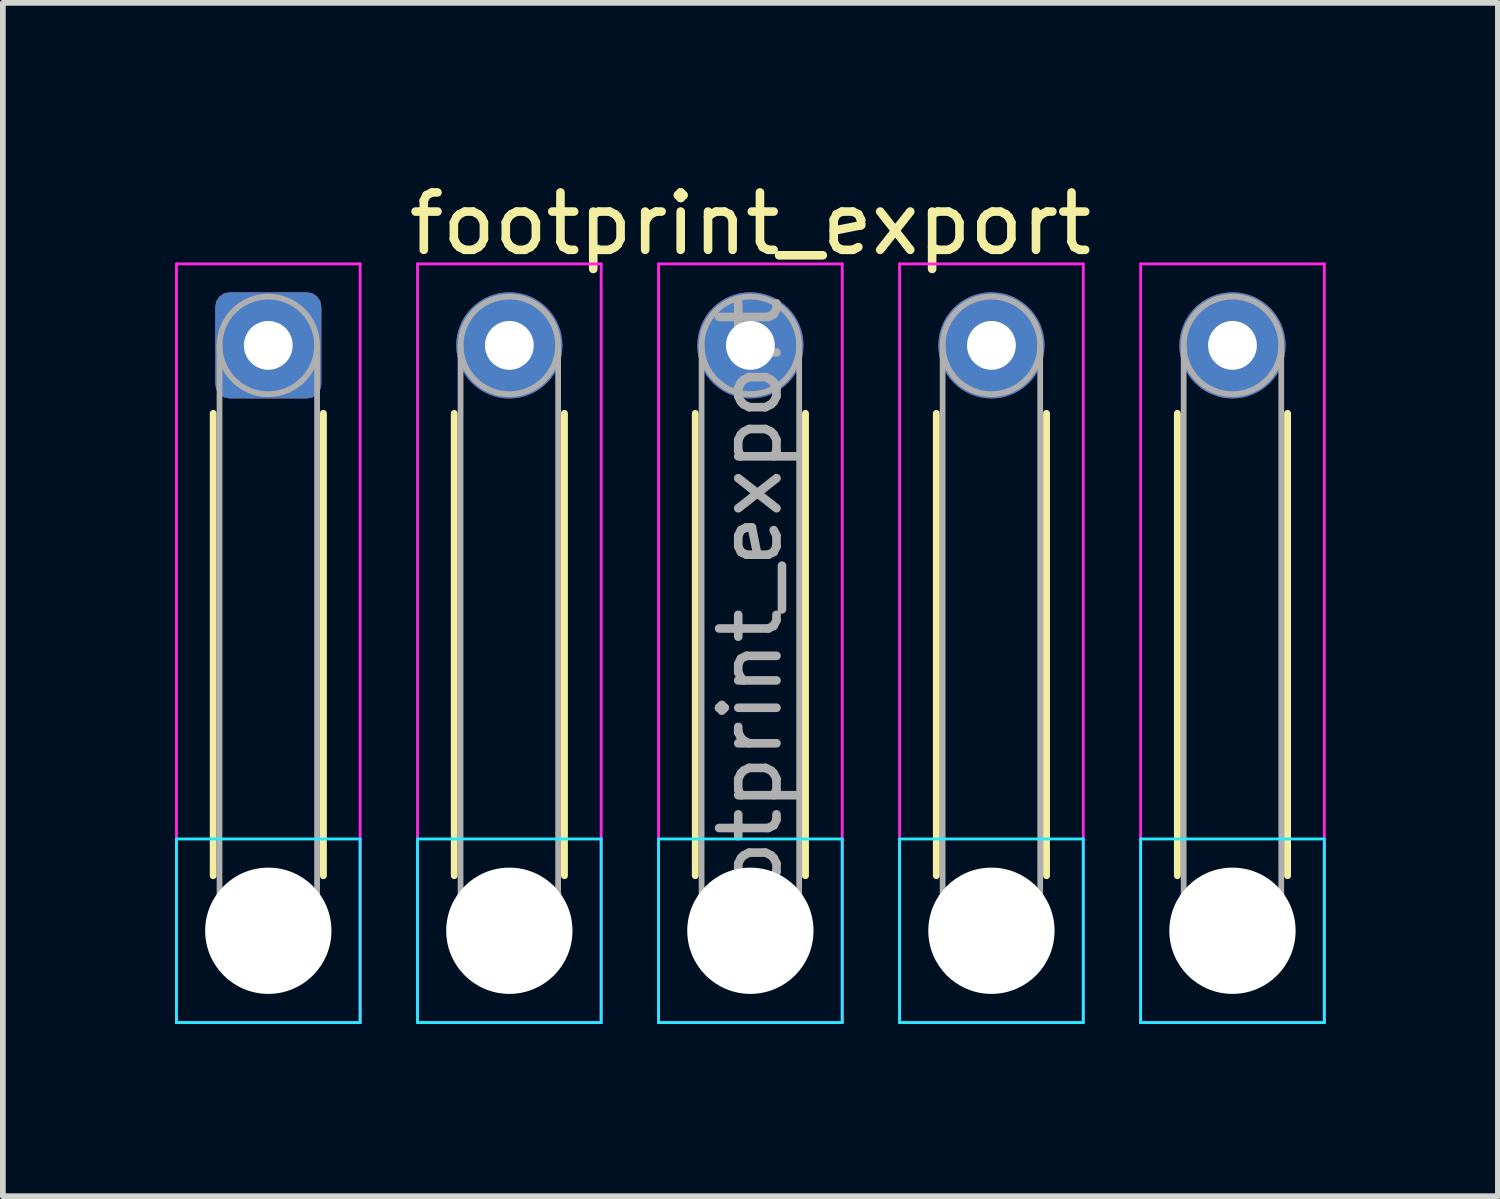
<source format=kicad_pcb>
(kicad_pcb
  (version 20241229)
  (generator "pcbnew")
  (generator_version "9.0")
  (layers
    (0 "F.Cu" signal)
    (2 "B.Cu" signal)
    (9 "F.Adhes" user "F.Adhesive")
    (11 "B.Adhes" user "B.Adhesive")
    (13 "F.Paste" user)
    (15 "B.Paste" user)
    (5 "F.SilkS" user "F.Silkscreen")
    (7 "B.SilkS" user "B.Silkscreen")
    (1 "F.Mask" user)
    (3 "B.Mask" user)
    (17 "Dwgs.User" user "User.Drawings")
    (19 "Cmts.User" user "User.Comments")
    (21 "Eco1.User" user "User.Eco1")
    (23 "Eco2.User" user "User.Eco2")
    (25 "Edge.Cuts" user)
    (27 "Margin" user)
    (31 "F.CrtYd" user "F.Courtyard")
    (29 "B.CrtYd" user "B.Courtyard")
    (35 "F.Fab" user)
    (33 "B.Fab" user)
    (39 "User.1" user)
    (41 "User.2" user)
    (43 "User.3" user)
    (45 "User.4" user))
  (footprint "footprint_export"
    (layer "F.Cu")
    (at 1.625 2.968)
    (property "Reference" "footprint_export" (at 8.4 -2.12 0) (layer "F.SilkS") (effects (font (size 1 1) (thickness 0.15))))
    (attr exclude_from_pos_files exclude_from_bom)
    (fp_line (start -0.96 1.185) (end -0.96 9.24) (stroke (width 0.12) (type solid)) (layer "F.SilkS"))
    (fp_line (start 0.96 1.185) (end 0.96 9.24) (stroke (width 0.12) (type solid)) (layer "F.SilkS"))
    (fp_line (start 3.24 1.185) (end 3.24 9.24) (stroke (width 0.12) (type solid)) (layer "F.SilkS"))
    (fp_line (start 5.16 1.185) (end 5.16 9.24) (stroke (width 0.12) (type solid)) (layer "F.SilkS"))
    (fp_line (start 7.44 1.185) (end 7.44 9.24) (stroke (width 0.12) (type solid)) (layer "F.SilkS"))
    (fp_line (start 9.36 1.185) (end 9.36 9.24) (stroke (width 0.12) (type solid)) (layer "F.SilkS"))
    (fp_line (start 11.64 1.185) (end 11.64 9.24) (stroke (width 0.12) (type solid)) (layer "F.SilkS"))
    (fp_line (start 13.56 1.185) (end 13.56 9.24) (stroke (width 0.12) (type solid)) (layer "F.SilkS"))
    (fp_line (start 15.84 1.185) (end 15.84 9.24) (stroke (width 0.12) (type solid)) (layer "F.SilkS"))
    (fp_line (start 17.76 1.185) (end 17.76 9.24) (stroke (width 0.12) (type solid)) (layer "F.SilkS"))
    (fp_line (start -1.6 8.6) (end -1.6 11.8) (stroke (width 0.05) (type solid)) (layer "B.CrtYd"))
    (fp_line (start -1.6 11.8) (end 1.6 11.8) (stroke (width 0.05) (type solid)) (layer "B.CrtYd"))
    (fp_line (start 1.6 8.6) (end -1.6 8.6) (stroke (width 0.05) (type solid)) (layer "B.CrtYd"))
    (fp_line (start 1.6 11.8) (end 1.6 8.6) (stroke (width 0.05) (type solid)) (layer "B.CrtYd"))
    (fp_line (start 2.6 8.6) (end 2.6 11.8) (stroke (width 0.05) (type solid)) (layer "B.CrtYd"))
    (fp_line (start 2.6 11.8) (end 5.8 11.8) (stroke (width 0.05) (type solid)) (layer "B.CrtYd"))
    (fp_line (start 5.8 8.6) (end 2.6 8.6) (stroke (width 0.05) (type solid)) (layer "B.CrtYd"))
    (fp_line (start 5.8 11.8) (end 5.8 8.6) (stroke (width 0.05) (type solid)) (layer "B.CrtYd"))
    (fp_line (start 6.8 8.6) (end 6.8 11.8) (stroke (width 0.05) (type solid)) (layer "B.CrtYd"))
    (fp_line (start 6.8 11.8) (end 10 11.8) (stroke (width 0.05) (type solid)) (layer "B.CrtYd"))
    (fp_line (start 10 8.6) (end 6.8 8.6) (stroke (width 0.05) (type solid)) (layer "B.CrtYd"))
    (fp_line (start 10 11.8) (end 10 8.6) (stroke (width 0.05) (type solid)) (layer "B.CrtYd"))
    (fp_line (start 11 8.6) (end 11 11.8) (stroke (width 0.05) (type solid)) (layer "B.CrtYd"))
    (fp_line (start 11 11.8) (end 14.2 11.8) (stroke (width 0.05) (type solid)) (layer "B.CrtYd"))
    (fp_line (start 14.2 8.6) (end 11 8.6) (stroke (width 0.05) (type solid)) (layer "B.CrtYd"))
    (fp_line (start 14.2 11.8) (end 14.2 8.6) (stroke (width 0.05) (type solid)) (layer "B.CrtYd"))
    (fp_line (start 15.2 8.6) (end 15.2 11.8) (stroke (width 0.05) (type solid)) (layer "B.CrtYd"))
    (fp_line (start 15.2 11.8) (end 18.4 11.8) (stroke (width 0.05) (type solid)) (layer "B.CrtYd"))
    (fp_line (start 18.4 8.6) (end 15.2 8.6) (stroke (width 0.05) (type solid)) (layer "B.CrtYd"))
    (fp_line (start 18.4 11.8) (end 18.4 8.6) (stroke (width 0.05) (type solid)) (layer "B.CrtYd"))
    (fp_line (start -1.6 -1.42) (end -1.6 11.8) (stroke (width 0.05) (type solid)) (layer "F.CrtYd"))
    (fp_line (start -1.6 11.8) (end 1.6 11.8) (stroke (width 0.05) (type solid)) (layer "F.CrtYd"))
    (fp_line (start 1.6 -1.42) (end -1.6 -1.42) (stroke (width 0.05) (type solid)) (layer "F.CrtYd"))
    (fp_line (start 1.6 11.8) (end 1.6 -1.42) (stroke (width 0.05) (type solid)) (layer "F.CrtYd"))
    (fp_line (start 2.6 -1.42) (end 2.6 11.8) (stroke (width 0.05) (type solid)) (layer "F.CrtYd"))
    (fp_line (start 2.6 11.8) (end 5.8 11.8) (stroke (width 0.05) (type solid)) (layer "F.CrtYd"))
    (fp_line (start 5.8 -1.42) (end 2.6 -1.42) (stroke (width 0.05) (type solid)) (layer "F.CrtYd"))
    (fp_line (start 5.8 11.8) (end 5.8 -1.42) (stroke (width 0.05) (type solid)) (layer "F.CrtYd"))
    (fp_line (start 6.8 -1.42) (end 6.8 11.8) (stroke (width 0.05) (type solid)) (layer "F.CrtYd"))
    (fp_line (start 6.8 11.8) (end 10 11.8) (stroke (width 0.05) (type solid)) (layer "F.CrtYd"))
    (fp_line (start 10 -1.42) (end 6.8 -1.42) (stroke (width 0.05) (type solid)) (layer "F.CrtYd"))
    (fp_line (start 10 11.8) (end 10 -1.42) (stroke (width 0.05) (type solid)) (layer "F.CrtYd"))
    (fp_line (start 11 -1.42) (end 11 11.8) (stroke (width 0.05) (type solid)) (layer "F.CrtYd"))
    (fp_line (start 11 11.8) (end 14.2 11.8) (stroke (width 0.05) (type solid)) (layer "F.CrtYd"))
    (fp_line (start 14.2 -1.42) (end 11 -1.42) (stroke (width 0.05) (type solid)) (layer "F.CrtYd"))
    (fp_line (start 14.2 11.8) (end 14.2 -1.42) (stroke (width 0.05) (type solid)) (layer "F.CrtYd"))
    (fp_line (start 15.2 -1.42) (end 15.2 11.8) (stroke (width 0.05) (type solid)) (layer "F.CrtYd"))
    (fp_line (start 15.2 11.8) (end 18.4 11.8) (stroke (width 0.05) (type solid)) (layer "F.CrtYd"))
    (fp_line (start 18.4 -1.42) (end 15.2 -1.42) (stroke (width 0.05) (type solid)) (layer "F.CrtYd"))
    (fp_line (start 18.4 11.8) (end 18.4 -1.42) (stroke (width 0.05) (type solid)) (layer "F.CrtYd"))
    (fp_line (start -0.85 0) (end -0.85 10.2) (stroke (width 0.1) (type solid)) (layer "F.Fab"))
    (fp_line (start 0.85 0) (end 0.85 10.2) (stroke (width 0.1) (type solid)) (layer "F.Fab"))
    (fp_line (start 3.35 0) (end 3.35 10.2) (stroke (width 0.1) (type solid)) (layer "F.Fab"))
    (fp_line (start 5.05 0) (end 5.05 10.2) (stroke (width 0.1) (type solid)) (layer "F.Fab"))
    (fp_line (start 7.55 0) (end 7.55 10.2) (stroke (width 0.1) (type solid)) (layer "F.Fab"))
    (fp_line (start 9.25 0) (end 9.25 10.2) (stroke (width 0.1) (type solid)) (layer "F.Fab"))
    (fp_line (start 11.75 0) (end 11.75 10.2) (stroke (width 0.1) (type solid)) (layer "F.Fab"))
    (fp_line (start 13.45 0) (end 13.45 10.2) (stroke (width 0.1) (type solid)) (layer "F.Fab"))
    (fp_line (start 15.95 0) (end 15.95 10.2) (stroke (width 0.1) (type solid)) (layer "F.Fab"))
    (fp_line (start 17.65 0) (end 17.65 10.2) (stroke (width 0.1) (type solid)) (layer "F.Fab"))
    (fp_circle (center 0 0) (end 0.85 0) (stroke (width 0.1) (type solid)) (fill no) (layer "F.Fab"))
    (fp_circle (center 0 10.2) (end 0.85 10.2) (stroke (width 0.1) (type solid)) (fill no) (layer "F.Fab"))
    (fp_circle (center 4.2 0) (end 5.05 0) (stroke (width 0.1) (type solid)) (fill no) (layer "F.Fab"))
    (fp_circle (center 4.2 10.2) (end 5.05 10.2) (stroke (width 0.1) (type solid)) (fill no) (layer "F.Fab"))
    (fp_circle (center 8.4 0) (end 9.25 0) (stroke (width 0.1) (type solid)) (fill no) (layer "F.Fab"))
    (fp_circle (center 8.4 10.2) (end 9.25 10.2) (stroke (width 0.1) (type solid)) (fill no) (layer "F.Fab"))
    (fp_circle (center 12.6 0) (end 13.45 0) (stroke (width 0.1) (type solid)) (fill no) (layer "F.Fab"))
    (fp_circle (center 12.6 10.2) (end 13.45 10.2) (stroke (width 0.1) (type solid)) (fill no) (layer "F.Fab"))
    (fp_circle (center 16.8 0) (end 17.65 0) (stroke (width 0.1) (type solid)) (fill no) (layer "F.Fab"))
    (fp_circle (center 16.8 10.2) (end 17.65 10.2) (stroke (width 0.1) (type solid)) (fill no) (layer "F.Fab"))
    (fp_text user "${REFERENCE}" (at 8.4 5.1 90) (layer "F.Fab") (effects (font (size 1 1) (thickness 0.15))))
    (pad "" np_thru_hole circle (at 0 10.2) (size 2.2 2.2) (drill 2.2) (layers "*.Cu" "*.Mask"))
    (pad "" np_thru_hole circle (at 4.2 10.2) (size 2.2 2.2) (drill 2.2) (layers "*.Cu" "*.Mask"))
    (pad "" np_thru_hole circle (at 8.4 10.2) (size 2.2 2.2) (drill 2.2) (layers "*.Cu" "*.Mask"))
    (pad "" np_thru_hole circle (at 12.6 10.2) (size 2.2 2.2) (drill 2.2) (layers "*.Cu" "*.Mask"))
    (pad "" np_thru_hole circle (at 16.8 10.2) (size 2.2 2.2) (drill 2.2) (layers "*.Cu" "*.Mask"))
    (pad "1" thru_hole roundrect (at 0 0) (size 1.85 1.85) (drill 0.85) (layers "*.Cu" "*.Mask") (roundrect_rratio 0.135))
    (pad "2" thru_hole circle (at 4.2 0) (size 1.85 1.85) (drill 0.85) (layers "*.Cu" "*.Mask"))
    (pad "3" thru_hole circle (at 8.4 0) (size 1.85 1.85) (drill 0.85) (layers "*.Cu" "*.Mask"))
    (pad "4" thru_hole circle (at 12.6 0) (size 1.85 1.85) (drill 0.85) (layers "*.Cu" "*.Mask"))
    (pad "5" thru_hole circle (at 16.8 0) (size 1.85 1.85) (drill 0.85) (layers "*.Cu" "*.Mask")))
  (gr_rect
    (start -3 -3)
    (end 23.05 17.793)
    (stroke (width 0.1) (type default))
    (fill no)
    (layer "Edge.Cuts")))
</source>
